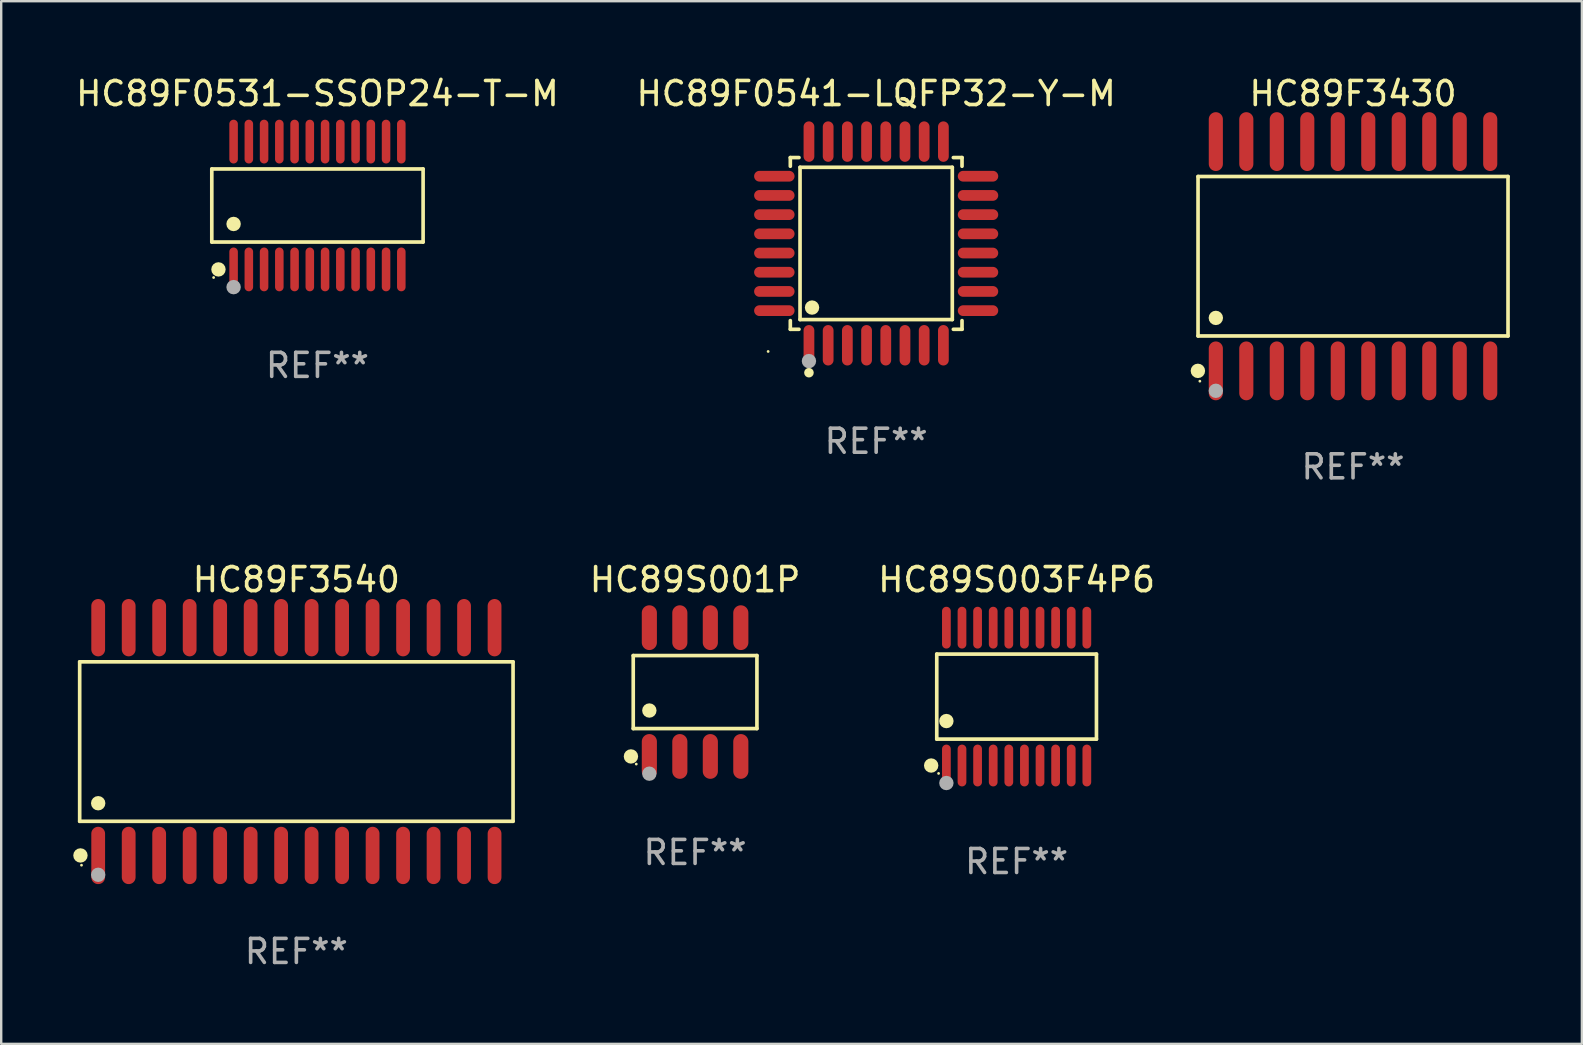
<source format=kicad_pcb>
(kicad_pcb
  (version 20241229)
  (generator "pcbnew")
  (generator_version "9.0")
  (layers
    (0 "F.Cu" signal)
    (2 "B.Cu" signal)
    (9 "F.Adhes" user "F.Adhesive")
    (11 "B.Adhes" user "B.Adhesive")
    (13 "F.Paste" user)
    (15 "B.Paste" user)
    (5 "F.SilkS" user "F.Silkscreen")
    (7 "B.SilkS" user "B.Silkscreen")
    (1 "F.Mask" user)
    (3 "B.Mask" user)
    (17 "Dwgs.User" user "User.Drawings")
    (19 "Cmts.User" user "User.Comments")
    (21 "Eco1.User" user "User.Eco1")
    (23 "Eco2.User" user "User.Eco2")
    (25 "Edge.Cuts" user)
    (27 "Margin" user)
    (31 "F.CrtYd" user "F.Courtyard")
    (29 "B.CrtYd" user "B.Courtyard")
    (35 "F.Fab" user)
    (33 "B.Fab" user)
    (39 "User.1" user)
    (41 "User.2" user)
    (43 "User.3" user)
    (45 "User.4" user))
  (footprint "HC89F0531-SSOP24-T-M"
    (layer "F.Cu")
    (at 10.173 5.51)
    (property "Reference" "HC89F0531-SSOP24-T-M" (at 0 -4.662 0) (layer "F.SilkS") (effects (font (size 1 1) (thickness 0.15))))
    (attr through_hole)
    (fp_line (start -4.401 -1.521) (end 4.401 -1.521) (stroke (width 0.152) (type solid)) (layer "F.SilkS"))
    (fp_line (start -4.401 1.521) (end -4.401 -1.521) (stroke (width 0.152) (type solid)) (layer "F.SilkS"))
    (fp_line (start 4.401 -1.521) (end 4.401 1.521) (stroke (width 0.152) (type solid)) (layer "F.SilkS"))
    (fp_line (start 4.401 1.521) (end -4.401 1.521) (stroke (width 0.152) (type solid)) (layer "F.SilkS"))
    (fp_circle (center -4.325 3) (end -4.295 3) (stroke (width 0.06) (type solid)) (fill no) (layer "F.SilkS"))
    (fp_circle (center -4.123 2.662) (end -3.973 2.662) (stroke (width 0.3) (type solid)) (fill no) (layer "F.SilkS"))
    (fp_circle (center -3.493 0.769) (end -3.342 0.769) (stroke (width 0.3) (type solid)) (fill no) (layer "F.SilkS"))
    (fp_circle (center -3.493 3.4) (end -3.342 3.4) (stroke (width 0.3) (type solid)) (fill no) (layer "F.Fab"))
    (fp_text user "REF**" (at 0 6.662 0) (layer "F.Fab") (effects (font (size 1 1) (thickness 0.15))))
    (pad "1" smd oval (at -3.493 2.662) (size 0.356 1.824) (layers "F.Cu" "F.Mask" "F.Paste"))
    (pad "2" smd oval (at -2.858 2.662) (size 0.356 1.824) (layers "F.Cu" "F.Mask" "F.Paste"))
    (pad "3" smd oval (at -2.223 2.662) (size 0.356 1.824) (layers "F.Cu" "F.Mask" "F.Paste"))
    (pad "4" smd oval (at -1.588 2.662) (size 0.356 1.824) (layers "F.Cu" "F.Mask" "F.Paste"))
    (pad "5" smd oval (at -0.953 2.662) (size 0.356 1.824) (layers "F.Cu" "F.Mask" "F.Paste"))
    (pad "6" smd oval (at -0.318 2.662) (size 0.356 1.824) (layers "F.Cu" "F.Mask" "F.Paste"))
    (pad "7" smd oval (at 0.318 2.662) (size 0.356 1.824) (layers "F.Cu" "F.Mask" "F.Paste"))
    (pad "8" smd oval (at 0.953 2.662) (size 0.356 1.824) (layers "F.Cu" "F.Mask" "F.Paste"))
    (pad "9" smd oval (at 1.588 2.662) (size 0.356 1.824) (layers "F.Cu" "F.Mask" "F.Paste"))
    (pad "10" smd oval (at 2.223 2.662) (size 0.356 1.824) (layers "F.Cu" "F.Mask" "F.Paste"))
    (pad "11" smd oval (at 2.858 2.662) (size 0.356 1.824) (layers "F.Cu" "F.Mask" "F.Paste"))
    (pad "12" smd oval (at 3.493 2.662) (size 0.356 1.824) (layers "F.Cu" "F.Mask" "F.Paste"))
    (pad "13" smd oval (at 3.493 -2.662) (size 0.356 1.824) (layers "F.Cu" "F.Mask" "F.Paste"))
    (pad "14" smd oval (at 2.858 -2.662) (size 0.356 1.824) (layers "F.Cu" "F.Mask" "F.Paste"))
    (pad "15" smd oval (at 2.223 -2.662) (size 0.356 1.824) (layers "F.Cu" "F.Mask" "F.Paste"))
    (pad "16" smd oval (at 1.588 -2.662) (size 0.356 1.824) (layers "F.Cu" "F.Mask" "F.Paste"))
    (pad "17" smd oval (at 0.953 -2.662) (size 0.356 1.824) (layers "F.Cu" "F.Mask" "F.Paste"))
    (pad "18" smd oval (at 0.318 -2.662) (size 0.356 1.824) (layers "F.Cu" "F.Mask" "F.Paste"))
    (pad "19" smd oval (at -0.318 -2.662) (size 0.356 1.824) (layers "F.Cu" "F.Mask" "F.Paste"))
    (pad "20" smd oval (at -0.953 -2.662) (size 0.356 1.824) (layers "F.Cu" "F.Mask" "F.Paste"))
    (pad "21" smd oval (at -1.588 -2.662) (size 0.356 1.824) (layers "F.Cu" "F.Mask" "F.Paste"))
    (pad "22" smd oval (at -2.223 -2.662) (size 0.356 1.824) (layers "F.Cu" "F.Mask" "F.Paste"))
    (pad "23" smd oval (at -2.858 -2.662) (size 0.356 1.824) (layers "F.Cu" "F.Mask" "F.Paste"))
    (pad "24" smd oval (at -3.493 -2.662) (size 0.356 1.824) (layers "F.Cu" "F.Mask" "F.Paste")))
  (footprint "HC89S001P"
    (layer "F.Cu")
    (at 25.903 25.777)
    (property "Reference" "HC89S001P" (at 0 -4.682 0) (layer "F.SilkS") (effects (font (size 1 1) (thickness 0.15))))
    (attr through_hole)
    (fp_line (start -2.576 -1.521) (end 2.576 -1.521) (stroke (width 0.152) (type solid)) (layer "F.SilkS"))
    (fp_line (start -2.576 1.521) (end -2.576 -1.521) (stroke (width 0.152) (type solid)) (layer "F.SilkS"))
    (fp_line (start 2.576 -1.521) (end 2.576 1.521) (stroke (width 0.152) (type solid)) (layer "F.SilkS"))
    (fp_line (start 2.576 1.521) (end -2.576 1.521) (stroke (width 0.152) (type solid)) (layer "F.SilkS"))
    (fp_circle (center -2.672 2.682) (end -2.522 2.682) (stroke (width 0.3) (type solid)) (fill no) (layer "F.SilkS"))
    (fp_circle (center -2.45 3) (end -2.42 3) (stroke (width 0.06) (type solid)) (fill no) (layer "F.SilkS"))
    (fp_circle (center -1.905 0.769) (end -1.755 0.769) (stroke (width 0.3) (type solid)) (fill no) (layer "F.SilkS"))
    (fp_circle (center -1.905 3.4) (end -1.755 3.4) (stroke (width 0.3) (type solid)) (fill no) (layer "F.Fab"))
    (fp_text user "REF**" (at 0 6.682 0) (layer "F.Fab") (effects (font (size 1 1) (thickness 0.15))))
    (pad "1" smd oval (at -1.905 2.682) (size 0.63 1.865) (layers "F.Cu" "F.Mask" "F.Paste"))
    (pad "2" smd oval (at -0.635 2.682) (size 0.63 1.865) (layers "F.Cu" "F.Mask" "F.Paste"))
    (pad "3" smd oval (at 0.635 2.682) (size 0.63 1.865) (layers "F.Cu" "F.Mask" "F.Paste"))
    (pad "4" smd oval (at 1.905 2.682) (size 0.63 1.865) (layers "F.Cu" "F.Mask" "F.Paste"))
    (pad "5" smd oval (at 1.905 -2.682) (size 0.63 1.865) (layers "F.Cu" "F.Mask" "F.Paste"))
    (pad "6" smd oval (at 0.635 -2.682) (size 0.63 1.865) (layers "F.Cu" "F.Mask" "F.Paste"))
    (pad "7" smd oval (at -0.635 -2.682) (size 0.63 1.865) (layers "F.Cu" "F.Mask" "F.Paste"))
    (pad "8" smd oval (at -1.905 -2.682) (size 0.63 1.865) (layers "F.Cu" "F.Mask" "F.Paste")))
  (footprint "HC89F0541-LQFP32-Y-M"
    (layer "F.Cu")
    (at 33.446 7.09)
    (property "Reference" "HC89F0541-LQFP32-Y-M" (at 0 -6.242 0) (layer "F.SilkS") (effects (font (size 1 1) (thickness 0.15))))
    (attr through_hole)
    (fp_line (start -3.576 -3.576) (end -3.215 -3.576) (stroke (width 0.152) (type solid)) (layer "F.SilkS"))
    (fp_line (start -3.576 -3.215) (end -3.576 -3.576) (stroke (width 0.152) (type solid)) (layer "F.SilkS"))
    (fp_line (start -3.576 3.215) (end -3.576 3.576) (stroke (width 0.152) (type solid)) (layer "F.SilkS"))
    (fp_line (start -3.576 3.576) (end -3.215 3.576) (stroke (width 0.152) (type solid)) (layer "F.SilkS"))
    (fp_line (start -3.171 -3.171) (end 3.171 -3.171) (stroke (width 0.152) (type solid)) (layer "F.SilkS"))
    (fp_line (start -3.171 3.171) (end -3.171 -3.171) (stroke (width 0.152) (type solid)) (layer "F.SilkS"))
    (fp_line (start 3.171 -3.171) (end 3.171 3.171) (stroke (width 0.152) (type solid)) (layer "F.SilkS"))
    (fp_line (start 3.171 3.171) (end -3.171 3.171) (stroke (width 0.152) (type solid)) (layer "F.SilkS"))
    (fp_line (start 3.576 -3.576) (end 3.215 -3.576) (stroke (width 0.152) (type solid)) (layer "F.SilkS"))
    (fp_line (start 3.576 -3.215) (end 3.576 -3.576) (stroke (width 0.152) (type solid)) (layer "F.SilkS"))
    (fp_line (start 3.576 3.215) (end 3.576 3.576) (stroke (width 0.152) (type solid)) (layer "F.SilkS"))
    (fp_line (start 3.576 3.576) (end 3.215 3.576) (stroke (width 0.152) (type solid)) (layer "F.SilkS"))
    (fp_circle (center -4.5 4.5) (end -4.47 4.5) (stroke (width 0.06) (type solid)) (fill no) (layer "F.SilkS"))
    (fp_circle (center -2.8 5.384) (end -2.7 5.384) (stroke (width 0.2) (type solid)) (fill no) (layer "F.SilkS"))
    (fp_circle (center -2.671 2.671) (end -2.521 2.671) (stroke (width 0.3) (type solid)) (fill no) (layer "F.SilkS"))
    (fp_circle (center -2.8 4.9) (end -2.65 4.9) (stroke (width 0.3) (type solid)) (fill no) (layer "F.Fab"))
    (fp_text user "REF**" (at 0 8.242 0) (layer "F.Fab") (effects (font (size 1 1) (thickness 0.15))))
    (pad "1" smd oval (at -2.8 4.242) (size 0.448 1.684) (layers "F.Cu" "F.Mask" "F.Paste"))
    (pad "2" smd oval (at -2 4.242) (size 0.448 1.684) (layers "F.Cu" "F.Mask" "F.Paste"))
    (pad "3" smd oval (at -1.2 4.242) (size 0.448 1.684) (layers "F.Cu" "F.Mask" "F.Paste"))
    (pad "4" smd oval (at -0.4 4.242) (size 0.448 1.684) (layers "F.Cu" "F.Mask" "F.Paste"))
    (pad "5" smd oval (at 0.4 4.242) (size 0.448 1.684) (layers "F.Cu" "F.Mask" "F.Paste"))
    (pad "6" smd oval (at 1.2 4.242) (size 0.448 1.684) (layers "F.Cu" "F.Mask" "F.Paste"))
    (pad "7" smd oval (at 2 4.242) (size 0.448 1.684) (layers "F.Cu" "F.Mask" "F.Paste"))
    (pad "8" smd oval (at 2.8 4.242) (size 0.448 1.684) (layers "F.Cu" "F.Mask" "F.Paste"))
    (pad "9" smd oval (at 4.242 2.8) (size 1.684 0.448) (layers "F.Cu" "F.Mask" "F.Paste"))
    (pad "10" smd oval (at 4.242 2) (size 1.684 0.448) (layers "F.Cu" "F.Mask" "F.Paste"))
    (pad "11" smd oval (at 4.242 1.2) (size 1.684 0.448) (layers "F.Cu" "F.Mask" "F.Paste"))
    (pad "12" smd oval (at 4.242 0.4) (size 1.684 0.448) (layers "F.Cu" "F.Mask" "F.Paste"))
    (pad "13" smd oval (at 4.242 -0.4) (size 1.684 0.448) (layers "F.Cu" "F.Mask" "F.Paste"))
    (pad "14" smd oval (at 4.242 -1.2) (size 1.684 0.448) (layers "F.Cu" "F.Mask" "F.Paste"))
    (pad "15" smd oval (at 4.242 -2) (size 1.684 0.448) (layers "F.Cu" "F.Mask" "F.Paste"))
    (pad "16" smd oval (at 4.242 -2.8) (size 1.684 0.448) (layers "F.Cu" "F.Mask" "F.Paste"))
    (pad "17" smd oval (at 2.8 -4.242) (size 0.448 1.684) (layers "F.Cu" "F.Mask" "F.Paste"))
    (pad "18" smd oval (at 2 -4.242) (size 0.448 1.684) (layers "F.Cu" "F.Mask" "F.Paste"))
    (pad "19" smd oval (at 1.2 -4.242) (size 0.448 1.684) (layers "F.Cu" "F.Mask" "F.Paste"))
    (pad "20" smd oval (at 0.4 -4.242) (size 0.448 1.684) (layers "F.Cu" "F.Mask" "F.Paste"))
    (pad "21" smd oval (at -0.4 -4.242) (size 0.448 1.684) (layers "F.Cu" "F.Mask" "F.Paste"))
    (pad "22" smd oval (at -1.2 -4.242) (size 0.448 1.684) (layers "F.Cu" "F.Mask" "F.Paste"))
    (pad "23" smd oval (at -2 -4.242) (size 0.448 1.684) (layers "F.Cu" "F.Mask" "F.Paste"))
    (pad "24" smd oval (at -2.8 -4.242) (size 0.448 1.684) (layers "F.Cu" "F.Mask" "F.Paste"))
    (pad "25" smd oval (at -4.242 -2.8) (size 1.684 0.448) (layers "F.Cu" "F.Mask" "F.Paste"))
    (pad "26" smd oval (at -4.242 -2) (size 1.684 0.448) (layers "F.Cu" "F.Mask" "F.Paste"))
    (pad "27" smd oval (at -4.242 -1.2) (size 1.684 0.448) (layers "F.Cu" "F.Mask" "F.Paste"))
    (pad "28" smd oval (at -4.242 -0.4) (size 1.684 0.448) (layers "F.Cu" "F.Mask" "F.Paste"))
    (pad "29" smd oval (at -4.242 0.4) (size 1.684 0.448) (layers "F.Cu" "F.Mask" "F.Paste"))
    (pad "30" smd oval (at -4.242 1.2) (size 1.684 0.448) (layers "F.Cu" "F.Mask" "F.Paste"))
    (pad "31" smd oval (at -4.242 2) (size 1.684 0.448) (layers "F.Cu" "F.Mask" "F.Paste"))
    (pad "32" smd oval (at -4.242 2.8) (size 1.684 0.448) (layers "F.Cu" "F.Mask" "F.Paste")))
  (footprint "HC89F3430"
    (layer "F.Cu")
    (at 53.309 7.623)
    (property "Reference" "HC89F3430" (at 0 -6.775 0) (layer "F.SilkS") (effects (font (size 1 1) (thickness 0.15))))
    (attr through_hole)
    (fp_line (start -6.456 -3.321) (end 6.456 -3.321) (stroke (width 0.152) (type solid)) (layer "F.SilkS"))
    (fp_line (start -6.456 3.321) (end -6.456 -3.321) (stroke (width 0.152) (type solid)) (layer "F.SilkS"))
    (fp_line (start 6.456 -3.321) (end 6.456 3.321) (stroke (width 0.152) (type solid)) (layer "F.SilkS"))
    (fp_line (start 6.456 3.321) (end -6.456 3.321) (stroke (width 0.152) (type solid)) (layer "F.SilkS"))
    (fp_circle (center -6.462 4.775) (end -6.311 4.775) (stroke (width 0.3) (type solid)) (fill no) (layer "F.SilkS"))
    (fp_circle (center -6.38 5.205) (end -6.35 5.205) (stroke (width 0.06) (type solid)) (fill no) (layer "F.SilkS"))
    (fp_circle (center -5.715 2.569) (end -5.565 2.569) (stroke (width 0.3) (type solid)) (fill no) (layer "F.SilkS"))
    (fp_circle (center -5.715 5.605) (end -5.565 5.605) (stroke (width 0.3) (type solid)) (fill no) (layer "F.Fab"))
    (fp_text user "REF**" (at 0 8.775 0) (layer "F.Fab") (effects (font (size 1 1) (thickness 0.15))))
    (pad "1" smd oval (at -5.715 4.775) (size 0.588 2.45) (layers "F.Cu" "F.Mask" "F.Paste"))
    (pad "2" smd oval (at -4.445 4.775) (size 0.588 2.45) (layers "F.Cu" "F.Mask" "F.Paste"))
    (pad "3" smd oval (at -3.175 4.775) (size 0.588 2.45) (layers "F.Cu" "F.Mask" "F.Paste"))
    (pad "4" smd oval (at -1.905 4.775) (size 0.588 2.45) (layers "F.Cu" "F.Mask" "F.Paste"))
    (pad "5" smd oval (at -0.635 4.775) (size 0.588 2.45) (layers "F.Cu" "F.Mask" "F.Paste"))
    (pad "6" smd oval (at 0.635 4.775) (size 0.588 2.45) (layers "F.Cu" "F.Mask" "F.Paste"))
    (pad "7" smd oval (at 1.905 4.775) (size 0.588 2.45) (layers "F.Cu" "F.Mask" "F.Paste"))
    (pad "8" smd oval (at 3.175 4.775) (size 0.588 2.45) (layers "F.Cu" "F.Mask" "F.Paste"))
    (pad "9" smd oval (at 4.445 4.775) (size 0.588 2.45) (layers "F.Cu" "F.Mask" "F.Paste"))
    (pad "10" smd oval (at 5.715 4.775) (size 0.588 2.45) (layers "F.Cu" "F.Mask" "F.Paste"))
    (pad "11" smd oval (at 5.715 -4.775) (size 0.588 2.45) (layers "F.Cu" "F.Mask" "F.Paste"))
    (pad "12" smd oval (at 4.445 -4.775) (size 0.588 2.45) (layers "F.Cu" "F.Mask" "F.Paste"))
    (pad "13" smd oval (at 3.175 -4.775) (size 0.588 2.45) (layers "F.Cu" "F.Mask" "F.Paste"))
    (pad "14" smd oval (at 1.905 -4.775) (size 0.588 2.45) (layers "F.Cu" "F.Mask" "F.Paste"))
    (pad "15" smd oval (at 0.635 -4.775) (size 0.588 2.45) (layers "F.Cu" "F.Mask" "F.Paste"))
    (pad "16" smd oval (at -0.635 -4.775) (size 0.588 2.45) (layers "F.Cu" "F.Mask" "F.Paste"))
    (pad "17" smd oval (at -1.905 -4.775) (size 0.588 2.45) (layers "F.Cu" "F.Mask" "F.Paste"))
    (pad "18" smd oval (at -3.175 -4.775) (size 0.588 2.45) (layers "F.Cu" "F.Mask" "F.Paste"))
    (pad "19" smd oval (at -4.445 -4.775) (size 0.588 2.45) (layers "F.Cu" "F.Mask" "F.Paste"))
    (pad "20" smd oval (at -5.715 -4.775) (size 0.588 2.45) (layers "F.Cu" "F.Mask" "F.Paste")))
  (footprint "HC89F3540"
    (layer "F.Cu")
    (at 9.295 27.839)
    (property "Reference" "HC89F3540" (at 0 -6.744 0) (layer "F.SilkS") (effects (font (size 1 1) (thickness 0.15))))
    (attr through_hole)
    (fp_line (start -9.026 -3.321) (end 9.026 -3.321) (stroke (width 0.152) (type solid)) (layer "F.SilkS"))
    (fp_line (start -9.026 3.321) (end -9.026 -3.321) (stroke (width 0.152) (type solid)) (layer "F.SilkS"))
    (fp_line (start 9.026 -3.321) (end 9.026 3.321) (stroke (width 0.152) (type solid)) (layer "F.SilkS"))
    (fp_line (start 9.026 3.321) (end -9.026 3.321) (stroke (width 0.152) (type solid)) (layer "F.SilkS"))
    (fp_circle (center -8.994 4.744) (end -8.844 4.744) (stroke (width 0.3) (type solid)) (fill no) (layer "F.SilkS"))
    (fp_circle (center -8.95 5.15) (end -8.92 5.15) (stroke (width 0.06) (type solid)) (fill no) (layer "F.SilkS"))
    (fp_circle (center -8.255 2.569) (end -8.105 2.569) (stroke (width 0.3) (type solid)) (fill no) (layer "F.SilkS"))
    (fp_circle (center -8.255 5.55) (end -8.105 5.55) (stroke (width 0.3) (type solid)) (fill no) (layer "F.Fab"))
    (fp_text user "REF**" (at 0 8.744 0) (layer "F.Fab") (effects (font (size 1 1) (thickness 0.15))))
    (pad "1" smd oval (at -8.255 4.744) (size 0.574 2.388) (layers "F.Cu" "F.Mask" "F.Paste"))
    (pad "2" smd oval (at -6.985 4.744) (size 0.574 2.388) (layers "F.Cu" "F.Mask" "F.Paste"))
    (pad "3" smd oval (at -5.715 4.744) (size 0.574 2.388) (layers "F.Cu" "F.Mask" "F.Paste"))
    (pad "4" smd oval (at -4.445 4.744) (size 0.574 2.388) (layers "F.Cu" "F.Mask" "F.Paste"))
    (pad "5" smd oval (at -3.175 4.744) (size 0.574 2.388) (layers "F.Cu" "F.Mask" "F.Paste"))
    (pad "6" smd oval (at -1.905 4.744) (size 0.574 2.388) (layers "F.Cu" "F.Mask" "F.Paste"))
    (pad "7" smd oval (at -0.635 4.744) (size 0.574 2.388) (layers "F.Cu" "F.Mask" "F.Paste"))
    (pad "8" smd oval (at 0.635 4.744) (size 0.574 2.388) (layers "F.Cu" "F.Mask" "F.Paste"))
    (pad "9" smd oval (at 1.905 4.744) (size 0.574 2.388) (layers "F.Cu" "F.Mask" "F.Paste"))
    (pad "10" smd oval (at 3.175 4.744) (size 0.574 2.388) (layers "F.Cu" "F.Mask" "F.Paste"))
    (pad "11" smd oval (at 4.445 4.744) (size 0.574 2.388) (layers "F.Cu" "F.Mask" "F.Paste"))
    (pad "12" smd oval (at 5.715 4.744) (size 0.574 2.388) (layers "F.Cu" "F.Mask" "F.Paste"))
    (pad "13" smd oval (at 6.985 4.744) (size 0.574 2.388) (layers "F.Cu" "F.Mask" "F.Paste"))
    (pad "14" smd oval (at 8.255 4.744) (size 0.574 2.388) (layers "F.Cu" "F.Mask" "F.Paste"))
    (pad "15" smd oval (at 8.255 -4.744) (size 0.574 2.388) (layers "F.Cu" "F.Mask" "F.Paste"))
    (pad "16" smd oval (at 6.985 -4.744) (size 0.574 2.388) (layers "F.Cu" "F.Mask" "F.Paste"))
    (pad "17" smd oval (at 5.715 -4.744) (size 0.574 2.388) (layers "F.Cu" "F.Mask" "F.Paste"))
    (pad "18" smd oval (at 4.445 -4.744) (size 0.574 2.388) (layers "F.Cu" "F.Mask" "F.Paste"))
    (pad "19" smd oval (at 3.175 -4.744) (size 0.574 2.388) (layers "F.Cu" "F.Mask" "F.Paste"))
    (pad "20" smd oval (at 1.905 -4.744) (size 0.574 2.388) (layers "F.Cu" "F.Mask" "F.Paste"))
    (pad "21" smd oval (at 0.635 -4.744) (size 0.574 2.388) (layers "F.Cu" "F.Mask" "F.Paste"))
    (pad "22" smd oval (at -0.635 -4.744) (size 0.574 2.388) (layers "F.Cu" "F.Mask" "F.Paste"))
    (pad "23" smd oval (at -1.905 -4.744) (size 0.574 2.388) (layers "F.Cu" "F.Mask" "F.Paste"))
    (pad "24" smd oval (at -3.175 -4.744) (size 0.574 2.388) (layers "F.Cu" "F.Mask" "F.Paste"))
    (pad "25" smd oval (at -4.445 -4.744) (size 0.574 2.388) (layers "F.Cu" "F.Mask" "F.Paste"))
    (pad "26" smd oval (at -5.715 -4.744) (size 0.574 2.388) (layers "F.Cu" "F.Mask" "F.Paste"))
    (pad "27" smd oval (at -6.985 -4.744) (size 0.574 2.388) (layers "F.Cu" "F.Mask" "F.Paste"))
    (pad "28" smd oval (at -8.255 -4.744) (size 0.574 2.388) (layers "F.Cu" "F.Mask" "F.Paste")))
  (footprint "HC89S003F4P6"
    (layer "F.Cu")
    (at 39.296 25.966)
    (property "Reference" "HC89S003F4P6" (at 0 -4.871 0) (layer "F.SilkS") (effects (font (size 1 1) (thickness 0.15))))
    (attr through_hole)
    (fp_line (start -3.326 -1.771) (end 3.326 -1.771) (stroke (width 0.152) (type solid)) (layer "F.SilkS"))
    (fp_line (start -3.326 1.771) (end -3.326 -1.771) (stroke (width 0.152) (type solid)) (layer "F.SilkS"))
    (fp_line (start 3.326 -1.771) (end 3.326 1.771) (stroke (width 0.152) (type solid)) (layer "F.SilkS"))
    (fp_line (start 3.326 1.771) (end -3.326 1.771) (stroke (width 0.152) (type solid)) (layer "F.SilkS"))
    (fp_circle (center -3.559 2.871) (end -3.409 2.871) (stroke (width 0.3) (type solid)) (fill no) (layer "F.SilkS"))
    (fp_circle (center -3.25 3.2) (end -3.22 3.2) (stroke (width 0.06) (type solid)) (fill no) (layer "F.SilkS"))
    (fp_circle (center -2.925 1.019) (end -2.775 1.019) (stroke (width 0.3) (type solid)) (fill no) (layer "F.SilkS"))
    (fp_circle (center -2.925 3.6) (end -2.775 3.6) (stroke (width 0.3) (type solid)) (fill no) (layer "F.Fab"))
    (fp_text user "REF**" (at 0 6.871 0) (layer "F.Fab") (effects (font (size 1 1) (thickness 0.15))))
    (pad "1" smd oval (at -2.925 2.871) (size 0.364 1.742) (layers "F.Cu" "F.Mask" "F.Paste"))
    (pad "2" smd oval (at -2.275 2.871) (size 0.364 1.742) (layers "F.Cu" "F.Mask" "F.Paste"))
    (pad "3" smd oval (at -1.625 2.871) (size 0.364 1.742) (layers "F.Cu" "F.Mask" "F.Paste"))
    (pad "4" smd oval (at -0.975 2.871) (size 0.364 1.742) (layers "F.Cu" "F.Mask" "F.Paste"))
    (pad "5" smd oval (at -0.325 2.871) (size 0.364 1.742) (layers "F.Cu" "F.Mask" "F.Paste"))
    (pad "6" smd oval (at 0.325 2.871) (size 0.364 1.742) (layers "F.Cu" "F.Mask" "F.Paste"))
    (pad "7" smd oval (at 0.975 2.871) (size 0.364 1.742) (layers "F.Cu" "F.Mask" "F.Paste"))
    (pad "8" smd oval (at 1.625 2.871) (size 0.364 1.742) (layers "F.Cu" "F.Mask" "F.Paste"))
    (pad "9" smd oval (at 2.275 2.871) (size 0.364 1.742) (layers "F.Cu" "F.Mask" "F.Paste"))
    (pad "10" smd oval (at 2.925 2.871) (size 0.364 1.742) (layers "F.Cu" "F.Mask" "F.Paste"))
    (pad "11" smd oval (at 2.925 -2.871) (size 0.364 1.742) (layers "F.Cu" "F.Mask" "F.Paste"))
    (pad "12" smd oval (at 2.275 -2.871) (size 0.364 1.742) (layers "F.Cu" "F.Mask" "F.Paste"))
    (pad "13" smd oval (at 1.625 -2.871) (size 0.364 1.742) (layers "F.Cu" "F.Mask" "F.Paste"))
    (pad "14" smd oval (at 0.975 -2.871) (size 0.364 1.742) (layers "F.Cu" "F.Mask" "F.Paste"))
    (pad "15" smd oval (at 0.325 -2.871) (size 0.364 1.742) (layers "F.Cu" "F.Mask" "F.Paste"))
    (pad "16" smd oval (at -0.325 -2.871) (size 0.364 1.742) (layers "F.Cu" "F.Mask" "F.Paste"))
    (pad "17" smd oval (at -0.975 -2.871) (size 0.364 1.742) (layers "F.Cu" "F.Mask" "F.Paste"))
    (pad "18" smd oval (at -1.625 -2.871) (size 0.364 1.742) (layers "F.Cu" "F.Mask" "F.Paste"))
    (pad "19" smd oval (at -2.275 -2.871) (size 0.364 1.742) (layers "F.Cu" "F.Mask" "F.Paste"))
    (pad "20" smd oval (at -2.925 -2.871) (size 0.364 1.742) (layers "F.Cu" "F.Mask" "F.Paste")))
  (gr_rect
    (start -3 -3)
    (end 62.842 40.431)
    (stroke (width 0.1) (type default))
    (fill no)
    (layer "Edge.Cuts")))
</source>
